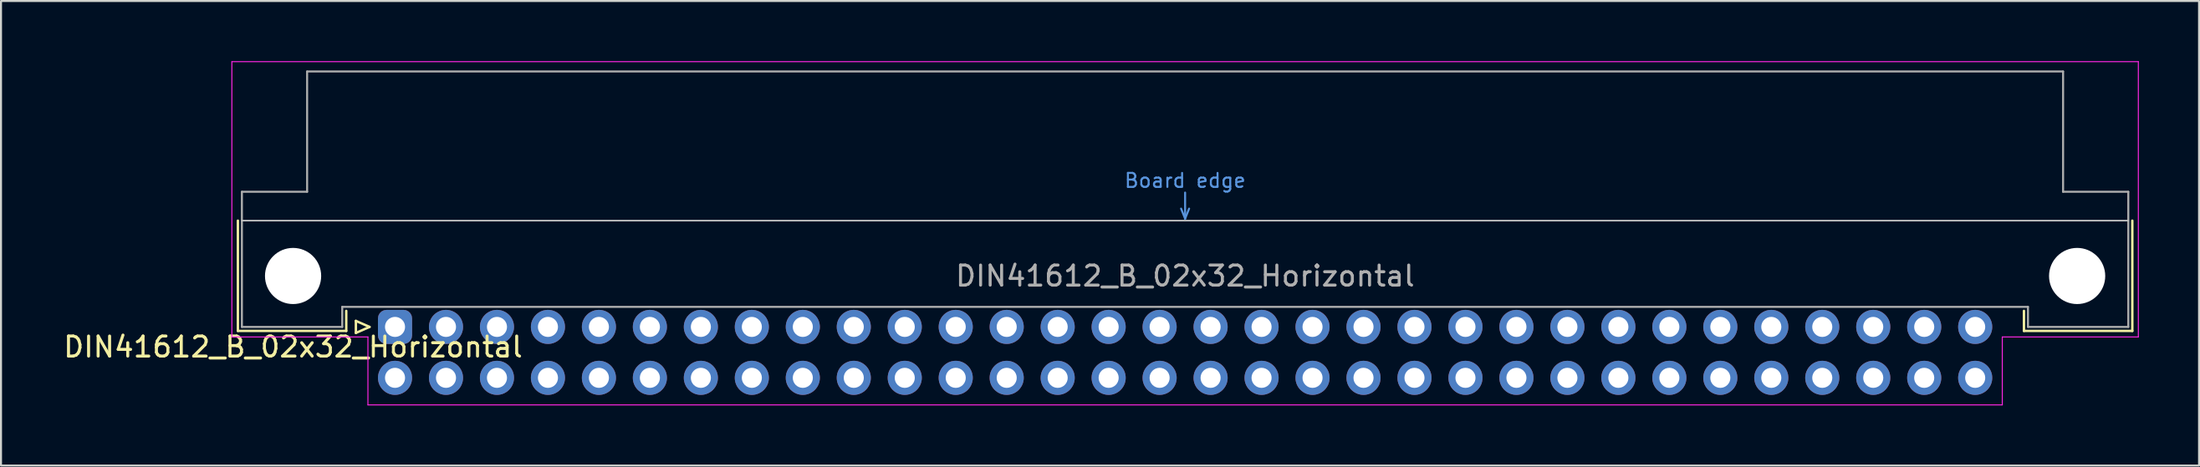
<source format=kicad_pcb>
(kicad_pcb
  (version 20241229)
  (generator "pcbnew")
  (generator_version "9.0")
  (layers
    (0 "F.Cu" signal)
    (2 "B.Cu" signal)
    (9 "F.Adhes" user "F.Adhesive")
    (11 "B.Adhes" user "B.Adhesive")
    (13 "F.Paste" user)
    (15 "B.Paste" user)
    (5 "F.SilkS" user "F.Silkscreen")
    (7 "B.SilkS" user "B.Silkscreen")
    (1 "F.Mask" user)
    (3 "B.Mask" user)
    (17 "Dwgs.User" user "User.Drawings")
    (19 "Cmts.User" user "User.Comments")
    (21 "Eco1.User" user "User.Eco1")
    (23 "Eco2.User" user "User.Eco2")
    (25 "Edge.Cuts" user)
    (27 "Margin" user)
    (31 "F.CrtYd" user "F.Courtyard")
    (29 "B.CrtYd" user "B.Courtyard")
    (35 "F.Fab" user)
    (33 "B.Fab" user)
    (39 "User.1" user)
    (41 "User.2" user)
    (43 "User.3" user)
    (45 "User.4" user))
  (footprint "DIN41612_B_02x32_Horizontal"
    (layer "F.Cu")
    (at 16.634 13.255)
    (property "Reference" "DIN41612_B_02x32_Horizontal" (at -5.08 1 0) (layer "F.SilkS") (effects (font (size 1 1) (thickness 0.15))))
    (attr through_hole)
    (fp_line (start -7.83 -5.3) (end -7.83 0.2) (stroke (width 0.12) (type solid)) (layer "F.SilkS"))
    (fp_line (start -7.83 0.2) (end -2.43 0.2) (stroke (width 0.12) (type solid)) (layer "F.SilkS"))
    (fp_line (start -2.43 0.2) (end -2.43 -0.8) (stroke (width 0.12) (type solid)) (layer "F.SilkS"))
    (fp_line (start -1.95 -0.3) (end -1.95 0.3) (stroke (width 0.12) (type solid)) (layer "F.SilkS"))
    (fp_line (start -1.95 0.3) (end -1.27 0) (stroke (width 0.12) (type solid)) (layer "F.SilkS"))
    (fp_line (start -1.27 0) (end -1.95 -0.3) (stroke (width 0.12) (type solid)) (layer "F.SilkS"))
    (fp_line (start 81.17 0.2) (end 81.17 -0.8) (stroke (width 0.12) (type solid)) (layer "F.SilkS"))
    (fp_line (start 86.57 -5.3) (end 86.57 0.2) (stroke (width 0.12) (type solid)) (layer "F.SilkS"))
    (fp_line (start 86.57 0.2) (end 81.17 0.2) (stroke (width 0.12) (type solid)) (layer "F.SilkS"))
    (fp_line (start -7.63 -5.3) (end 86.37 -5.3) (stroke (width 0.08) (type solid)) (layer "Dwgs.User"))
    (fp_line (start 39.17 -5.9) (end 39.37 -5.4) (stroke (width 0.1) (type solid)) (layer "Cmts.User"))
    (fp_line (start 39.37 -5.4) (end 39.37 -6.7) (stroke (width 0.1) (type solid)) (layer "Cmts.User"))
    (fp_line (start 39.37 -5.4) (end 39.57 -5.9) (stroke (width 0.1) (type solid)) (layer "Cmts.User"))
    (fp_line (start -8.13 -13.23) (end -8.13 0.5) (stroke (width 0.05) (type solid)) (layer "F.CrtYd"))
    (fp_line (start -8.13 0.5) (end -1.35 0.5) (stroke (width 0.05) (type solid)) (layer "F.CrtYd"))
    (fp_line (start -1.35 0.5) (end -1.35 3.89) (stroke (width 0.05) (type solid)) (layer "F.CrtYd"))
    (fp_line (start -1.35 3.89) (end 80.09 3.89) (stroke (width 0.05) (type solid)) (layer "F.CrtYd"))
    (fp_line (start 80.09 0.5) (end 86.87 0.5) (stroke (width 0.05) (type solid)) (layer "F.CrtYd"))
    (fp_line (start 80.09 3.89) (end 80.09 0.5) (stroke (width 0.05) (type solid)) (layer "F.CrtYd"))
    (fp_line (start 86.87 -13.23) (end -8.13 -13.23) (stroke (width 0.05) (type solid)) (layer "F.CrtYd"))
    (fp_line (start 86.87 0.5) (end 86.87 -13.23) (stroke (width 0.05) (type solid)) (layer "F.CrtYd"))
    (fp_line (start -7.63 -6.74) (end -7.63 0) (stroke (width 0.1) (type solid)) (layer "F.Fab"))
    (fp_line (start -7.63 0) (end -2.63 0) (stroke (width 0.1) (type solid)) (layer "F.Fab"))
    (fp_line (start -4.38 -12.74) (end -4.38 -6.74) (stroke (width 0.1) (type solid)) (layer "F.Fab"))
    (fp_line (start -4.38 -6.74) (end -7.63 -6.74) (stroke (width 0.1) (type solid)) (layer "F.Fab"))
    (fp_line (start -2.63 -1) (end 81.37 -1) (stroke (width 0.1) (type solid)) (layer "F.Fab"))
    (fp_line (start -2.63 0) (end -2.63 -1) (stroke (width 0.1) (type solid)) (layer "F.Fab"))
    (fp_line (start 81.37 -1) (end 81.37 0) (stroke (width 0.1) (type solid)) (layer "F.Fab"))
    (fp_line (start 81.37 0) (end 86.37 0) (stroke (width 0.1) (type solid)) (layer "F.Fab"))
    (fp_line (start 83.12 -12.74) (end -4.38 -12.74) (stroke (width 0.1) (type solid)) (layer "F.Fab"))
    (fp_line (start 83.12 -6.74) (end 83.12 -12.74) (stroke (width 0.1) (type solid)) (layer "F.Fab"))
    (fp_line (start 86.37 -6.74) (end 83.12 -6.74) (stroke (width 0.1) (type solid)) (layer "F.Fab"))
    (fp_line (start 86.37 0) (end 86.37 -6.74) (stroke (width 0.1) (type solid)) (layer "F.Fab"))
    (fp_text user "Board edge" (at 39.37 -7.3 0) (layer "Cmts.User") (effects (font (size 0.7 0.7) (thickness 0.1))))
    (fp_text user "${REFERENCE}" (at 39.37 -2.54 0) (layer "F.Fab") (effects (font (size 1 1) (thickness 0.15))))
    (pad "" np_thru_hole circle (at -5.08 -2.54) (size 2.8 2.8) (drill 2.8) (layers "*.Cu" "*.Mask"))
    (pad "" np_thru_hole circle (at 83.82 -2.54) (size 2.8 2.8) (drill 2.8) (layers "*.Cu" "*.Mask"))
    (pad "a1" thru_hole roundrect (at 0 0) (size 1.7 1.7) (drill 1) (layers "*.Cu" "*.Mask") (roundrect_rratio 0.25))
    (pad "a2" thru_hole circle (at 2.54 0) (size 1.7 1.7) (drill 1) (layers "*.Cu" "*.Mask"))
    (pad "a3" thru_hole circle (at 5.08 0) (size 1.7 1.7) (drill 1) (layers "*.Cu" "*.Mask"))
    (pad "a4" thru_hole circle (at 7.62 0) (size 1.7 1.7) (drill 1) (layers "*.Cu" "*.Mask"))
    (pad "a5" thru_hole circle (at 10.16 0) (size 1.7 1.7) (drill 1) (layers "*.Cu" "*.Mask"))
    (pad "a6" thru_hole circle (at 12.7 0) (size 1.7 1.7) (drill 1) (layers "*.Cu" "*.Mask"))
    (pad "a7" thru_hole circle (at 15.24 0) (size 1.7 1.7) (drill 1) (layers "*.Cu" "*.Mask"))
    (pad "a8" thru_hole circle (at 17.78 0) (size 1.7 1.7) (drill 1) (layers "*.Cu" "*.Mask"))
    (pad "a9" thru_hole circle (at 20.32 0) (size 1.7 1.7) (drill 1) (layers "*.Cu" "*.Mask"))
    (pad "a10" thru_hole circle (at 22.86 0) (size 1.7 1.7) (drill 1) (layers "*.Cu" "*.Mask"))
    (pad "a11" thru_hole circle (at 25.4 0) (size 1.7 1.7) (drill 1) (layers "*.Cu" "*.Mask"))
    (pad "a12" thru_hole circle (at 27.94 0) (size 1.7 1.7) (drill 1) (layers "*.Cu" "*.Mask"))
    (pad "a13" thru_hole circle (at 30.48 0) (size 1.7 1.7) (drill 1) (layers "*.Cu" "*.Mask"))
    (pad "a14" thru_hole circle (at 33.02 0) (size 1.7 1.7) (drill 1) (layers "*.Cu" "*.Mask"))
    (pad "a15" thru_hole circle (at 35.56 0) (size 1.7 1.7) (drill 1) (layers "*.Cu" "*.Mask"))
    (pad "a16" thru_hole circle (at 38.1 0) (size 1.7 1.7) (drill 1) (layers "*.Cu" "*.Mask"))
    (pad "a17" thru_hole circle (at 40.64 0) (size 1.7 1.7) (drill 1) (layers "*.Cu" "*.Mask"))
    (pad "a18" thru_hole circle (at 43.18 0) (size 1.7 1.7) (drill 1) (layers "*.Cu" "*.Mask"))
    (pad "a19" thru_hole circle (at 45.72 0) (size 1.7 1.7) (drill 1) (layers "*.Cu" "*.Mask"))
    (pad "a20" thru_hole circle (at 48.26 0) (size 1.7 1.7) (drill 1) (layers "*.Cu" "*.Mask"))
    (pad "a21" thru_hole circle (at 50.8 0) (size 1.7 1.7) (drill 1) (layers "*.Cu" "*.Mask"))
    (pad "a22" thru_hole circle (at 53.34 0) (size 1.7 1.7) (drill 1) (layers "*.Cu" "*.Mask"))
    (pad "a23" thru_hole circle (at 55.88 0) (size 1.7 1.7) (drill 1) (layers "*.Cu" "*.Mask"))
    (pad "a24" thru_hole circle (at 58.42 0) (size 1.7 1.7) (drill 1) (layers "*.Cu" "*.Mask"))
    (pad "a25" thru_hole circle (at 60.96 0) (size 1.7 1.7) (drill 1) (layers "*.Cu" "*.Mask"))
    (pad "a26" thru_hole circle (at 63.5 0) (size 1.7 1.7) (drill 1) (layers "*.Cu" "*.Mask"))
    (pad "a27" thru_hole circle (at 66.04 0) (size 1.7 1.7) (drill 1) (layers "*.Cu" "*.Mask"))
    (pad "a28" thru_hole circle (at 68.58 0) (size 1.7 1.7) (drill 1) (layers "*.Cu" "*.Mask"))
    (pad "a29" thru_hole circle (at 71.12 0) (size 1.7 1.7) (drill 1) (layers "*.Cu" "*.Mask"))
    (pad "a30" thru_hole circle (at 73.66 0) (size 1.7 1.7) (drill 1) (layers "*.Cu" "*.Mask"))
    (pad "a31" thru_hole circle (at 76.2 0) (size 1.7 1.7) (drill 1) (layers "*.Cu" "*.Mask"))
    (pad "a32" thru_hole circle (at 78.74 0) (size 1.7 1.7) (drill 1) (layers "*.Cu" "*.Mask"))
    (pad "b1" thru_hole circle (at 0 2.54) (size 1.7 1.7) (drill 1) (layers "*.Cu" "*.Mask"))
    (pad "b2" thru_hole circle (at 2.54 2.54) (size 1.7 1.7) (drill 1) (layers "*.Cu" "*.Mask"))
    (pad "b3" thru_hole circle (at 5.08 2.54) (size 1.7 1.7) (drill 1) (layers "*.Cu" "*.Mask"))
    (pad "b4" thru_hole circle (at 7.62 2.54) (size 1.7 1.7) (drill 1) (layers "*.Cu" "*.Mask"))
    (pad "b5" thru_hole circle (at 10.16 2.54) (size 1.7 1.7) (drill 1) (layers "*.Cu" "*.Mask"))
    (pad "b6" thru_hole circle (at 12.7 2.54) (size 1.7 1.7) (drill 1) (layers "*.Cu" "*.Mask"))
    (pad "b7" thru_hole circle (at 15.24 2.54) (size 1.7 1.7) (drill 1) (layers "*.Cu" "*.Mask"))
    (pad "b8" thru_hole circle (at 17.78 2.54) (size 1.7 1.7) (drill 1) (layers "*.Cu" "*.Mask"))
    (pad "b9" thru_hole circle (at 20.32 2.54) (size 1.7 1.7) (drill 1) (layers "*.Cu" "*.Mask"))
    (pad "b10" thru_hole circle (at 22.86 2.54) (size 1.7 1.7) (drill 1) (layers "*.Cu" "*.Mask"))
    (pad "b11" thru_hole circle (at 25.4 2.54) (size 1.7 1.7) (drill 1) (layers "*.Cu" "*.Mask"))
    (pad "b12" thru_hole circle (at 27.94 2.54) (size 1.7 1.7) (drill 1) (layers "*.Cu" "*.Mask"))
    (pad "b13" thru_hole circle (at 30.48 2.54) (size 1.7 1.7) (drill 1) (layers "*.Cu" "*.Mask"))
    (pad "b14" thru_hole circle (at 33.02 2.54) (size 1.7 1.7) (drill 1) (layers "*.Cu" "*.Mask"))
    (pad "b15" thru_hole circle (at 35.56 2.54) (size 1.7 1.7) (drill 1) (layers "*.Cu" "*.Mask"))
    (pad "b16" thru_hole circle (at 38.1 2.54) (size 1.7 1.7) (drill 1) (layers "*.Cu" "*.Mask"))
    (pad "b17" thru_hole circle (at 40.64 2.54) (size 1.7 1.7) (drill 1) (layers "*.Cu" "*.Mask"))
    (pad "b18" thru_hole circle (at 43.18 2.54) (size 1.7 1.7) (drill 1) (layers "*.Cu" "*.Mask"))
    (pad "b19" thru_hole circle (at 45.72 2.54) (size 1.7 1.7) (drill 1) (layers "*.Cu" "*.Mask"))
    (pad "b20" thru_hole circle (at 48.26 2.54) (size 1.7 1.7) (drill 1) (layers "*.Cu" "*.Mask"))
    (pad "b21" thru_hole circle (at 50.8 2.54) (size 1.7 1.7) (drill 1) (layers "*.Cu" "*.Mask"))
    (pad "b22" thru_hole circle (at 53.34 2.54) (size 1.7 1.7) (drill 1) (layers "*.Cu" "*.Mask"))
    (pad "b23" thru_hole circle (at 55.88 2.54) (size 1.7 1.7) (drill 1) (layers "*.Cu" "*.Mask"))
    (pad "b24" thru_hole circle (at 58.42 2.54) (size 1.7 1.7) (drill 1) (layers "*.Cu" "*.Mask"))
    (pad "b25" thru_hole circle (at 60.96 2.54) (size 1.7 1.7) (drill 1) (layers "*.Cu" "*.Mask"))
    (pad "b26" thru_hole circle (at 63.5 2.54) (size 1.7 1.7) (drill 1) (layers "*.Cu" "*.Mask"))
    (pad "b27" thru_hole circle (at 66.04 2.54) (size 1.7 1.7) (drill 1) (layers "*.Cu" "*.Mask"))
    (pad "b28" thru_hole circle (at 68.58 2.54) (size 1.7 1.7) (drill 1) (layers "*.Cu" "*.Mask"))
    (pad "b29" thru_hole circle (at 71.12 2.54) (size 1.7 1.7) (drill 1) (layers "*.Cu" "*.Mask"))
    (pad "b30" thru_hole circle (at 73.66 2.54) (size 1.7 1.7) (drill 1) (layers "*.Cu" "*.Mask"))
    (pad "b31" thru_hole circle (at 76.2 2.54) (size 1.7 1.7) (drill 1) (layers "*.Cu" "*.Mask"))
    (pad "b32" thru_hole circle (at 78.74 2.54) (size 1.7 1.7) (drill 1) (layers "*.Cu" "*.Mask")))
  (gr_rect
    (start -3 -3)
    (end 106.529 20.17)
    (stroke (width 0.1) (type default))
    (fill no)
    (layer "Edge.Cuts")))
</source>
